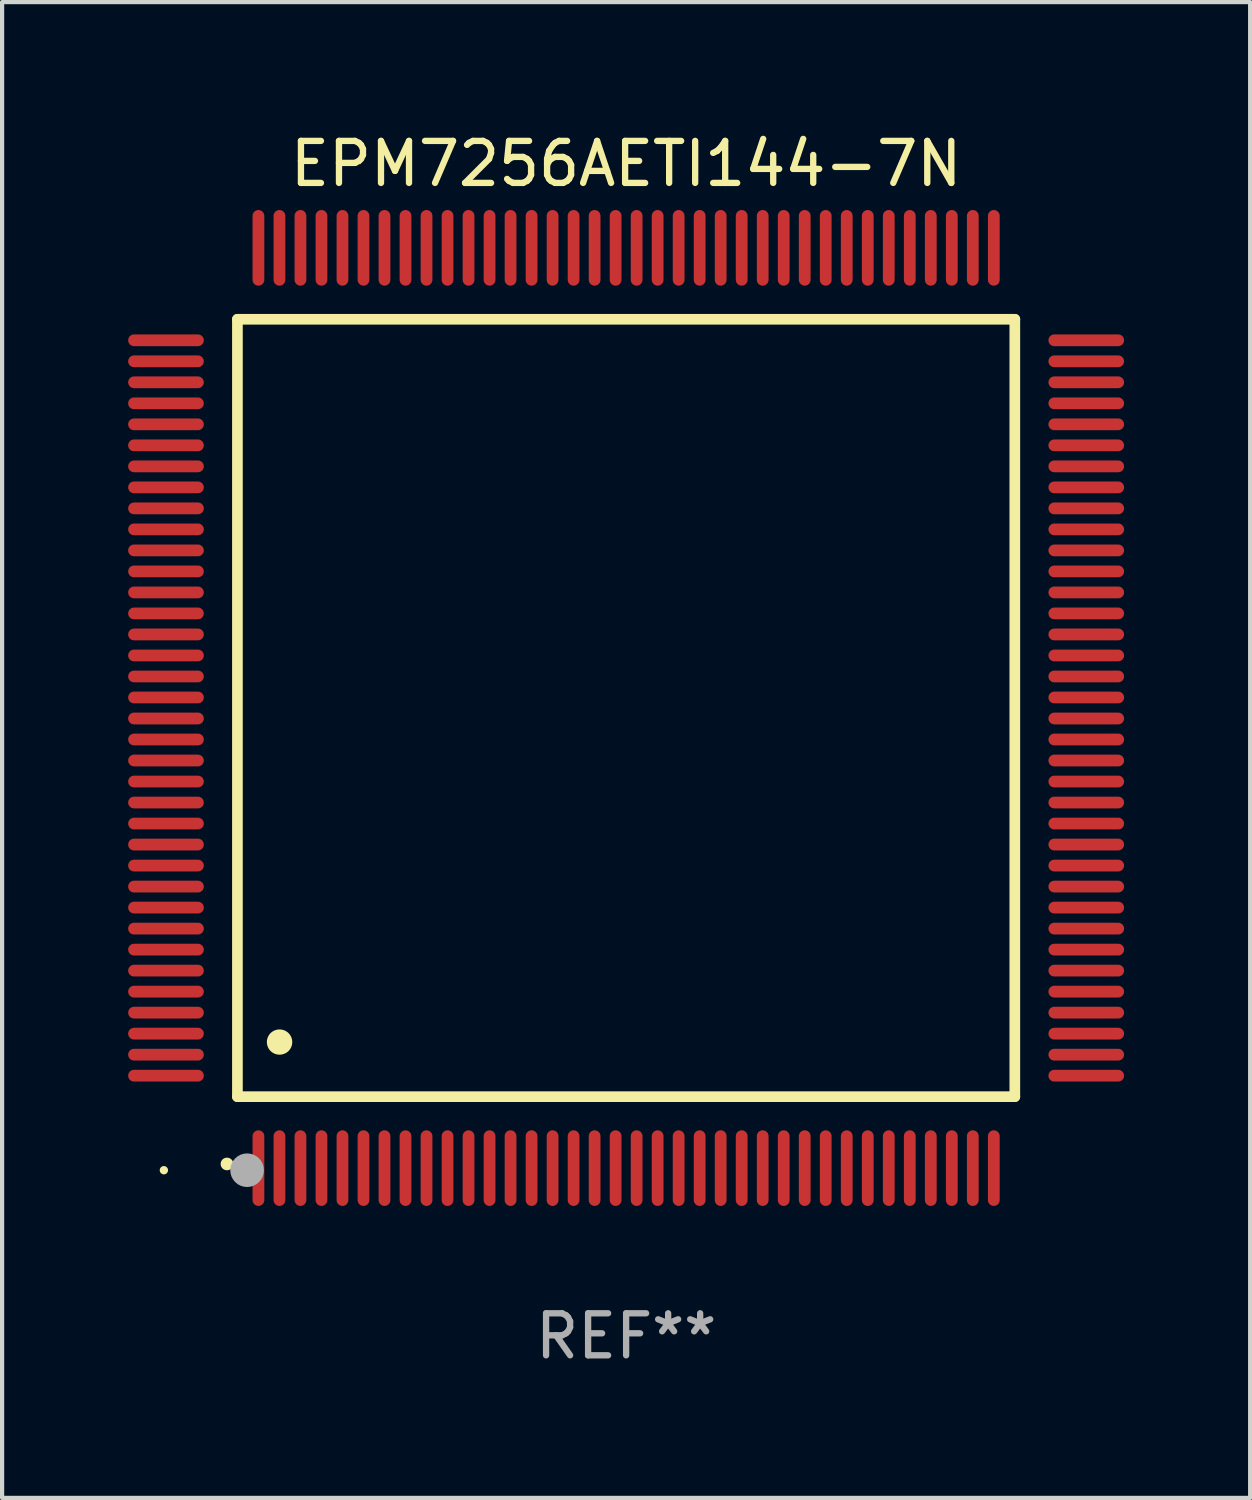
<source format=kicad_pcb>
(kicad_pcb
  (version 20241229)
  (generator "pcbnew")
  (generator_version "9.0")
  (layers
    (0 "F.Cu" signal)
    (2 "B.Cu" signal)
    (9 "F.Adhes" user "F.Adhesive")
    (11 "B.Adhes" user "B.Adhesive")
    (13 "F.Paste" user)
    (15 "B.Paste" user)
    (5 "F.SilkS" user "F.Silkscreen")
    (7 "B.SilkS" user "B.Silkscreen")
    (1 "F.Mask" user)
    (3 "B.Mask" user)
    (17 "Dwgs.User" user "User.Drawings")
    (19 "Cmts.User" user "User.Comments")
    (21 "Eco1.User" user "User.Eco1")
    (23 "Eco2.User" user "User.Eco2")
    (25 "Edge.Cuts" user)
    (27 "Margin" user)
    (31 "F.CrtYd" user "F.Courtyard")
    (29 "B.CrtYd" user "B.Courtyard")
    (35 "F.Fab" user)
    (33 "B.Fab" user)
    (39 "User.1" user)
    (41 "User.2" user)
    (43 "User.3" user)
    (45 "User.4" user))
  (footprint "EPM7256AETI144-7N"
    (layer "F.Cu")
    (at 11.85 13.798)
    (property "Reference" "EPM7256AETI144-7N" (at 0 -12.95 0) (layer "F.SilkS") (effects (font (size 1 1) (thickness 0.15))))
    (attr through_hole)
    (fp_line (start -9.25 -9.25) (end -9.25 9.25) (stroke (width 0.254) (type solid)) (layer "F.SilkS"))
    (fp_line (start -9.25 9.25) (end 9.25 9.25) (stroke (width 0.254) (type solid)) (layer "F.SilkS"))
    (fp_line (start 9.25 -9.25) (end -9.25 -9.25) (stroke (width 0.254) (type solid)) (layer "F.SilkS"))
    (fp_line (start 9.25 9.25) (end 9.25 -9.25) (stroke (width 0.254) (type solid)) (layer "F.SilkS"))
    (fp_arc (start -9.499619 10.850902) (mid -9.498349 10.850897) (end -9.497079 10.850902) (stroke (width 0.3) (type solid)) (layer "F.SilkS"))
    (fp_arc (start -8.249936 7.950216) (mid -8.247396 7.950205) (end -8.244856 7.950216) (stroke (width 0.6) (type solid)) (layer "F.SilkS"))
    (fp_circle (center -11 11) (end -10.95 11) (stroke (width 0.1) (type solid)) (fill no) (layer "F.SilkS"))
    (fp_circle (center -9.02 11) (end -8.82 11) (stroke (width 0.4) (type solid)) (fill no) (layer "F.Fab"))
    (fp_text user "REF**" (at 0 14.95 0) (layer "F.Fab") (effects (font (size 1 1) (thickness 0.15))))
    (pad "1" smd oval (at -8.75 10.95) (size 0.28 1.8) (layers "F.Cu" "F.Mask" "F.Paste"))
    (pad "2" smd oval (at -8.25 10.95) (size 0.28 1.8) (layers "F.Cu" "F.Mask" "F.Paste"))
    (pad "3" smd oval (at -7.75 10.95) (size 0.28 1.8) (layers "F.Cu" "F.Mask" "F.Paste"))
    (pad "4" smd oval (at -7.25 10.95) (size 0.28 1.8) (layers "F.Cu" "F.Mask" "F.Paste"))
    (pad "5" smd oval (at -6.75 10.95) (size 0.28 1.8) (layers "F.Cu" "F.Mask" "F.Paste"))
    (pad "6" smd oval (at -6.25 10.95) (size 0.28 1.8) (layers "F.Cu" "F.Mask" "F.Paste"))
    (pad "7" smd oval (at -5.75 10.95) (size 0.28 1.8) (layers "F.Cu" "F.Mask" "F.Paste"))
    (pad "8" smd oval (at -5.25 10.95) (size 0.28 1.8) (layers "F.Cu" "F.Mask" "F.Paste"))
    (pad "9" smd oval (at -4.75 10.95) (size 0.28 1.8) (layers "F.Cu" "F.Mask" "F.Paste"))
    (pad "10" smd oval (at -4.25 10.95) (size 0.28 1.8) (layers "F.Cu" "F.Mask" "F.Paste"))
    (pad "11" smd oval (at -3.75 10.95) (size 0.28 1.8) (layers "F.Cu" "F.Mask" "F.Paste"))
    (pad "12" smd oval (at -3.25 10.95) (size 0.28 1.8) (layers "F.Cu" "F.Mask" "F.Paste"))
    (pad "13" smd oval (at -2.75 10.95) (size 0.28 1.8) (layers "F.Cu" "F.Mask" "F.Paste"))
    (pad "14" smd oval (at -2.25 10.95) (size 0.28 1.8) (layers "F.Cu" "F.Mask" "F.Paste"))
    (pad "15" smd oval (at -1.75 10.95) (size 0.28 1.8) (layers "F.Cu" "F.Mask" "F.Paste"))
    (pad "16" smd oval (at -1.25 10.95) (size 0.28 1.8) (layers "F.Cu" "F.Mask" "F.Paste"))
    (pad "17" smd oval (at -0.75 10.95) (size 0.28 1.8) (layers "F.Cu" "F.Mask" "F.Paste"))
    (pad "18" smd oval (at -0.25 10.95) (size 0.28 1.8) (layers "F.Cu" "F.Mask" "F.Paste"))
    (pad "19" smd oval (at 0.25 10.95) (size 0.28 1.8) (layers "F.Cu" "F.Mask" "F.Paste"))
    (pad "20" smd oval (at 0.75 10.95) (size 0.28 1.8) (layers "F.Cu" "F.Mask" "F.Paste"))
    (pad "21" smd oval (at 1.25 10.95) (size 0.28 1.8) (layers "F.Cu" "F.Mask" "F.Paste"))
    (pad "22" smd oval (at 1.75 10.95) (size 0.28 1.8) (layers "F.Cu" "F.Mask" "F.Paste"))
    (pad "23" smd oval (at 2.25 10.95) (size 0.28 1.8) (layers "F.Cu" "F.Mask" "F.Paste"))
    (pad "24" smd oval (at 2.75 10.95) (size 0.28 1.8) (layers "F.Cu" "F.Mask" "F.Paste"))
    (pad "25" smd oval (at 3.25 10.95) (size 0.28 1.8) (layers "F.Cu" "F.Mask" "F.Paste"))
    (pad "26" smd oval (at 3.75 10.95) (size 0.28 1.8) (layers "F.Cu" "F.Mask" "F.Paste"))
    (pad "27" smd oval (at 4.25 10.95) (size 0.28 1.8) (layers "F.Cu" "F.Mask" "F.Paste"))
    (pad "28" smd oval (at 4.75 10.95) (size 0.28 1.8) (layers "F.Cu" "F.Mask" "F.Paste"))
    (pad "29" smd oval (at 5.25 10.95) (size 0.28 1.8) (layers "F.Cu" "F.Mask" "F.Paste"))
    (pad "30" smd oval (at 5.75 10.95) (size 0.28 1.8) (layers "F.Cu" "F.Mask" "F.Paste"))
    (pad "31" smd oval (at 6.25 10.95) (size 0.28 1.8) (layers "F.Cu" "F.Mask" "F.Paste"))
    (pad "32" smd oval (at 6.75 10.95) (size 0.28 1.8) (layers "F.Cu" "F.Mask" "F.Paste"))
    (pad "33" smd oval (at 7.25 10.95) (size 0.28 1.8) (layers "F.Cu" "F.Mask" "F.Paste"))
    (pad "34" smd oval (at 7.75 10.95) (size 0.28 1.8) (layers "F.Cu" "F.Mask" "F.Paste"))
    (pad "35" smd oval (at 8.25 10.95) (size 0.28 1.8) (layers "F.Cu" "F.Mask" "F.Paste"))
    (pad "36" smd oval (at 8.75 10.95) (size 0.28 1.8) (layers "F.Cu" "F.Mask" "F.Paste"))
    (pad "37" smd oval (at 10.95 8.75) (size 1.8 0.28) (layers "F.Cu" "F.Mask" "F.Paste"))
    (pad "38" smd oval (at 10.95 8.25) (size 1.8 0.28) (layers "F.Cu" "F.Mask" "F.Paste"))
    (pad "39" smd oval (at 10.95 7.75) (size 1.8 0.28) (layers "F.Cu" "F.Mask" "F.Paste"))
    (pad "40" smd oval (at 10.95 7.25) (size 1.8 0.28) (layers "F.Cu" "F.Mask" "F.Paste"))
    (pad "41" smd oval (at 10.95 6.75) (size 1.8 0.28) (layers "F.Cu" "F.Mask" "F.Paste"))
    (pad "42" smd oval (at 10.95 6.25) (size 1.8 0.28) (layers "F.Cu" "F.Mask" "F.Paste"))
    (pad "43" smd oval (at 10.95 5.75) (size 1.8 0.28) (layers "F.Cu" "F.Mask" "F.Paste"))
    (pad "44" smd oval (at 10.95 5.25) (size 1.8 0.28) (layers "F.Cu" "F.Mask" "F.Paste"))
    (pad "45" smd oval (at 10.95 4.75) (size 1.8 0.28) (layers "F.Cu" "F.Mask" "F.Paste"))
    (pad "46" smd oval (at 10.95 4.25) (size 1.8 0.28) (layers "F.Cu" "F.Mask" "F.Paste"))
    (pad "47" smd oval (at 10.95 3.75) (size 1.8 0.28) (layers "F.Cu" "F.Mask" "F.Paste"))
    (pad "48" smd oval (at 10.95 3.25) (size 1.8 0.28) (layers "F.Cu" "F.Mask" "F.Paste"))
    (pad "49" smd oval (at 10.95 2.75) (size 1.8 0.28) (layers "F.Cu" "F.Mask" "F.Paste"))
    (pad "50" smd oval (at 10.95 2.25) (size 1.8 0.28) (layers "F.Cu" "F.Mask" "F.Paste"))
    (pad "51" smd oval (at 10.95 1.75) (size 1.8 0.28) (layers "F.Cu" "F.Mask" "F.Paste"))
    (pad "52" smd oval (at 10.95 1.25) (size 1.8 0.28) (layers "F.Cu" "F.Mask" "F.Paste"))
    (pad "53" smd oval (at 10.95 0.75) (size 1.8 0.28) (layers "F.Cu" "F.Mask" "F.Paste"))
    (pad "54" smd oval (at 10.95 0.25) (size 1.8 0.28) (layers "F.Cu" "F.Mask" "F.Paste"))
    (pad "55" smd oval (at 10.95 -0.25) (size 1.8 0.28) (layers "F.Cu" "F.Mask" "F.Paste"))
    (pad "56" smd oval (at 10.95 -0.75) (size 1.8 0.28) (layers "F.Cu" "F.Mask" "F.Paste"))
    (pad "57" smd oval (at 10.95 -1.25) (size 1.8 0.28) (layers "F.Cu" "F.Mask" "F.Paste"))
    (pad "58" smd oval (at 10.95 -1.75) (size 1.8 0.28) (layers "F.Cu" "F.Mask" "F.Paste"))
    (pad "59" smd oval (at 10.95 -2.25) (size 1.8 0.28) (layers "F.Cu" "F.Mask" "F.Paste"))
    (pad "60" smd oval (at 10.95 -2.75) (size 1.8 0.28) (layers "F.Cu" "F.Mask" "F.Paste"))
    (pad "61" smd oval (at 10.95 -3.25) (size 1.8 0.28) (layers "F.Cu" "F.Mask" "F.Paste"))
    (pad "62" smd oval (at 10.95 -3.75) (size 1.8 0.28) (layers "F.Cu" "F.Mask" "F.Paste"))
    (pad "63" smd oval (at 10.95 -4.25) (size 1.8 0.28) (layers "F.Cu" "F.Mask" "F.Paste"))
    (pad "64" smd oval (at 10.95 -4.75) (size 1.8 0.28) (layers "F.Cu" "F.Mask" "F.Paste"))
    (pad "65" smd oval (at 10.95 -5.25) (size 1.8 0.28) (layers "F.Cu" "F.Mask" "F.Paste"))
    (pad "66" smd oval (at 10.95 -5.75) (size 1.8 0.28) (layers "F.Cu" "F.Mask" "F.Paste"))
    (pad "67" smd oval (at 10.95 -6.25) (size 1.8 0.28) (layers "F.Cu" "F.Mask" "F.Paste"))
    (pad "68" smd oval (at 10.95 -6.75) (size 1.8 0.28) (layers "F.Cu" "F.Mask" "F.Paste"))
    (pad "69" smd oval (at 10.95 -7.25) (size 1.8 0.28) (layers "F.Cu" "F.Mask" "F.Paste"))
    (pad "70" smd oval (at 10.95 -7.75) (size 1.8 0.28) (layers "F.Cu" "F.Mask" "F.Paste"))
    (pad "71" smd oval (at 10.95 -8.25) (size 1.8 0.28) (layers "F.Cu" "F.Mask" "F.Paste"))
    (pad "72" smd oval (at 10.95 -8.75) (size 1.8 0.28) (layers "F.Cu" "F.Mask" "F.Paste"))
    (pad "73" smd oval (at 8.75 -10.95) (size 0.28 1.8) (layers "F.Cu" "F.Mask" "F.Paste"))
    (pad "74" smd oval (at 8.25 -10.95) (size 0.28 1.8) (layers "F.Cu" "F.Mask" "F.Paste"))
    (pad "75" smd oval (at 7.75 -10.95) (size 0.28 1.8) (layers "F.Cu" "F.Mask" "F.Paste"))
    (pad "76" smd oval (at 7.25 -10.95) (size 0.28 1.8) (layers "F.Cu" "F.Mask" "F.Paste"))
    (pad "77" smd oval (at 6.75 -10.95) (size 0.28 1.8) (layers "F.Cu" "F.Mask" "F.Paste"))
    (pad "78" smd oval (at 6.25 -10.95) (size 0.28 1.8) (layers "F.Cu" "F.Mask" "F.Paste"))
    (pad "79" smd oval (at 5.75 -10.95) (size 0.28 1.8) (layers "F.Cu" "F.Mask" "F.Paste"))
    (pad "80" smd oval (at 5.25 -10.95) (size 0.28 1.8) (layers "F.Cu" "F.Mask" "F.Paste"))
    (pad "81" smd oval (at 4.75 -10.95) (size 0.28 1.8) (layers "F.Cu" "F.Mask" "F.Paste"))
    (pad "82" smd oval (at 4.25 -10.95) (size 0.28 1.8) (layers "F.Cu" "F.Mask" "F.Paste"))
    (pad "83" smd oval (at 3.75 -10.95) (size 0.28 1.8) (layers "F.Cu" "F.Mask" "F.Paste"))
    (pad "84" smd oval (at 3.25 -10.95) (size 0.28 1.8) (layers "F.Cu" "F.Mask" "F.Paste"))
    (pad "85" smd oval (at 2.75 -10.95) (size 0.28 1.8) (layers "F.Cu" "F.Mask" "F.Paste"))
    (pad "86" smd oval (at 2.25 -10.95) (size 0.28 1.8) (layers "F.Cu" "F.Mask" "F.Paste"))
    (pad "87" smd oval (at 1.75 -10.95) (size 0.28 1.8) (layers "F.Cu" "F.Mask" "F.Paste"))
    (pad "88" smd oval (at 1.25 -10.95) (size 0.28 1.8) (layers "F.Cu" "F.Mask" "F.Paste"))
    (pad "89" smd oval (at 0.75 -10.95) (size 0.28 1.8) (layers "F.Cu" "F.Mask" "F.Paste"))
    (pad "90" smd oval (at 0.25 -10.95) (size 0.28 1.8) (layers "F.Cu" "F.Mask" "F.Paste"))
    (pad "91" smd oval (at -0.25 -10.95) (size 0.28 1.8) (layers "F.Cu" "F.Mask" "F.Paste"))
    (pad "92" smd oval (at -0.75 -10.95) (size 0.28 1.8) (layers "F.Cu" "F.Mask" "F.Paste"))
    (pad "93" smd oval (at -1.25 -10.95) (size 0.28 1.8) (layers "F.Cu" "F.Mask" "F.Paste"))
    (pad "94" smd oval (at -1.75 -10.95) (size 0.28 1.8) (layers "F.Cu" "F.Mask" "F.Paste"))
    (pad "95" smd oval (at -2.25 -10.95) (size 0.28 1.8) (layers "F.Cu" "F.Mask" "F.Paste"))
    (pad "96" smd oval (at -2.75 -10.95) (size 0.28 1.8) (layers "F.Cu" "F.Mask" "F.Paste"))
    (pad "97" smd oval (at -3.25 -10.95) (size 0.28 1.8) (layers "F.Cu" "F.Mask" "F.Paste"))
    (pad "98" smd oval (at -3.75 -10.95) (size 0.28 1.8) (layers "F.Cu" "F.Mask" "F.Paste"))
    (pad "99" smd oval (at -4.25 -10.95) (size 0.28 1.8) (layers "F.Cu" "F.Mask" "F.Paste"))
    (pad "100" smd oval (at -4.75 -10.95) (size 0.28 1.8) (layers "F.Cu" "F.Mask" "F.Paste"))
    (pad "101" smd oval (at -5.25 -10.95) (size 0.28 1.8) (layers "F.Cu" "F.Mask" "F.Paste"))
    (pad "102" smd oval (at -5.75 -10.95) (size 0.28 1.8) (layers "F.Cu" "F.Mask" "F.Paste"))
    (pad "103" smd oval (at -6.25 -10.95) (size 0.28 1.8) (layers "F.Cu" "F.Mask" "F.Paste"))
    (pad "104" smd oval (at -6.75 -10.95) (size 0.28 1.8) (layers "F.Cu" "F.Mask" "F.Paste"))
    (pad "105" smd oval (at -7.25 -10.95) (size 0.28 1.8) (layers "F.Cu" "F.Mask" "F.Paste"))
    (pad "106" smd oval (at -7.75 -10.95) (size 0.28 1.8) (layers "F.Cu" "F.Mask" "F.Paste"))
    (pad "107" smd oval (at -8.25 -10.95) (size 0.28 1.8) (layers "F.Cu" "F.Mask" "F.Paste"))
    (pad "108" smd oval (at -8.75 -10.95) (size 0.28 1.8) (layers "F.Cu" "F.Mask" "F.Paste"))
    (pad "109" smd oval (at -10.95 -8.75) (size 1.8 0.28) (layers "F.Cu" "F.Mask" "F.Paste"))
    (pad "110" smd oval (at -10.95 -8.25) (size 1.8 0.28) (layers "F.Cu" "F.Mask" "F.Paste"))
    (pad "111" smd oval (at -10.95 -7.75) (size 1.8 0.28) (layers "F.Cu" "F.Mask" "F.Paste"))
    (pad "112" smd oval (at -10.95 -7.25) (size 1.8 0.28) (layers "F.Cu" "F.Mask" "F.Paste"))
    (pad "113" smd oval (at -10.95 -6.75) (size 1.8 0.28) (layers "F.Cu" "F.Mask" "F.Paste"))
    (pad "114" smd oval (at -10.95 -6.25) (size 1.8 0.28) (layers "F.Cu" "F.Mask" "F.Paste"))
    (pad "115" smd oval (at -10.95 -5.75) (size 1.8 0.28) (layers "F.Cu" "F.Mask" "F.Paste"))
    (pad "116" smd oval (at -10.95 -5.25) (size 1.8 0.28) (layers "F.Cu" "F.Mask" "F.Paste"))
    (pad "117" smd oval (at -10.95 -4.75) (size 1.8 0.28) (layers "F.Cu" "F.Mask" "F.Paste"))
    (pad "118" smd oval (at -10.95 -4.25) (size 1.8 0.28) (layers "F.Cu" "F.Mask" "F.Paste"))
    (pad "119" smd oval (at -10.95 -3.75) (size 1.8 0.28) (layers "F.Cu" "F.Mask" "F.Paste"))
    (pad "120" smd oval (at -10.95 -3.25) (size 1.8 0.28) (layers "F.Cu" "F.Mask" "F.Paste"))
    (pad "121" smd oval (at -10.95 -2.75) (size 1.8 0.28) (layers "F.Cu" "F.Mask" "F.Paste"))
    (pad "122" smd oval (at -10.95 -2.25) (size 1.8 0.28) (layers "F.Cu" "F.Mask" "F.Paste"))
    (pad "123" smd oval (at -10.95 -1.75) (size 1.8 0.28) (layers "F.Cu" "F.Mask" "F.Paste"))
    (pad "124" smd oval (at -10.95 -1.25) (size 1.8 0.28) (layers "F.Cu" "F.Mask" "F.Paste"))
    (pad "125" smd oval (at -10.95 -0.75) (size 1.8 0.28) (layers "F.Cu" "F.Mask" "F.Paste"))
    (pad "126" smd oval (at -10.95 -0.25) (size 1.8 0.28) (layers "F.Cu" "F.Mask" "F.Paste"))
    (pad "127" smd oval (at -10.95 0.25) (size 1.8 0.28) (layers "F.Cu" "F.Mask" "F.Paste"))
    (pad "128" smd oval (at -10.95 0.75) (size 1.8 0.28) (layers "F.Cu" "F.Mask" "F.Paste"))
    (pad "129" smd oval (at -10.95 1.25) (size 1.8 0.28) (layers "F.Cu" "F.Mask" "F.Paste"))
    (pad "130" smd oval (at -10.95 1.75) (size 1.8 0.28) (layers "F.Cu" "F.Mask" "F.Paste"))
    (pad "131" smd oval (at -10.95 2.25) (size 1.8 0.28) (layers "F.Cu" "F.Mask" "F.Paste"))
    (pad "132" smd oval (at -10.95 2.75) (size 1.8 0.28) (layers "F.Cu" "F.Mask" "F.Paste"))
    (pad "133" smd oval (at -10.95 3.25) (size 1.8 0.28) (layers "F.Cu" "F.Mask" "F.Paste"))
    (pad "134" smd oval (at -10.95 3.75) (size 1.8 0.28) (layers "F.Cu" "F.Mask" "F.Paste"))
    (pad "135" smd oval (at -10.95 4.25) (size 1.8 0.28) (layers "F.Cu" "F.Mask" "F.Paste"))
    (pad "136" smd oval (at -10.95 4.75) (size 1.8 0.28) (layers "F.Cu" "F.Mask" "F.Paste"))
    (pad "137" smd oval (at -10.95 5.25) (size 1.8 0.28) (layers "F.Cu" "F.Mask" "F.Paste"))
    (pad "138" smd oval (at -10.95 5.75) (size 1.8 0.28) (layers "F.Cu" "F.Mask" "F.Paste"))
    (pad "139" smd oval (at -10.95 6.25) (size 1.8 0.28) (layers "F.Cu" "F.Mask" "F.Paste"))
    (pad "140" smd oval (at -10.95 6.75) (size 1.8 0.28) (layers "F.Cu" "F.Mask" "F.Paste"))
    (pad "141" smd oval (at -10.95 7.25) (size 1.8 0.28) (layers "F.Cu" "F.Mask" "F.Paste"))
    (pad "142" smd oval (at -10.95 7.75) (size 1.8 0.28) (layers "F.Cu" "F.Mask" "F.Paste"))
    (pad "143" smd oval (at -10.95 8.25) (size 1.8 0.28) (layers "F.Cu" "F.Mask" "F.Paste"))
    (pad "144" smd oval (at -10.95 8.75) (size 1.8 0.28) (layers "F.Cu" "F.Mask" "F.Paste")))
  (gr_rect
    (start -3 -3)
    (end 26.7 32.596)
    (stroke (width 0.1) (type default))
    (fill no)
    (layer "Edge.Cuts")))
</source>
